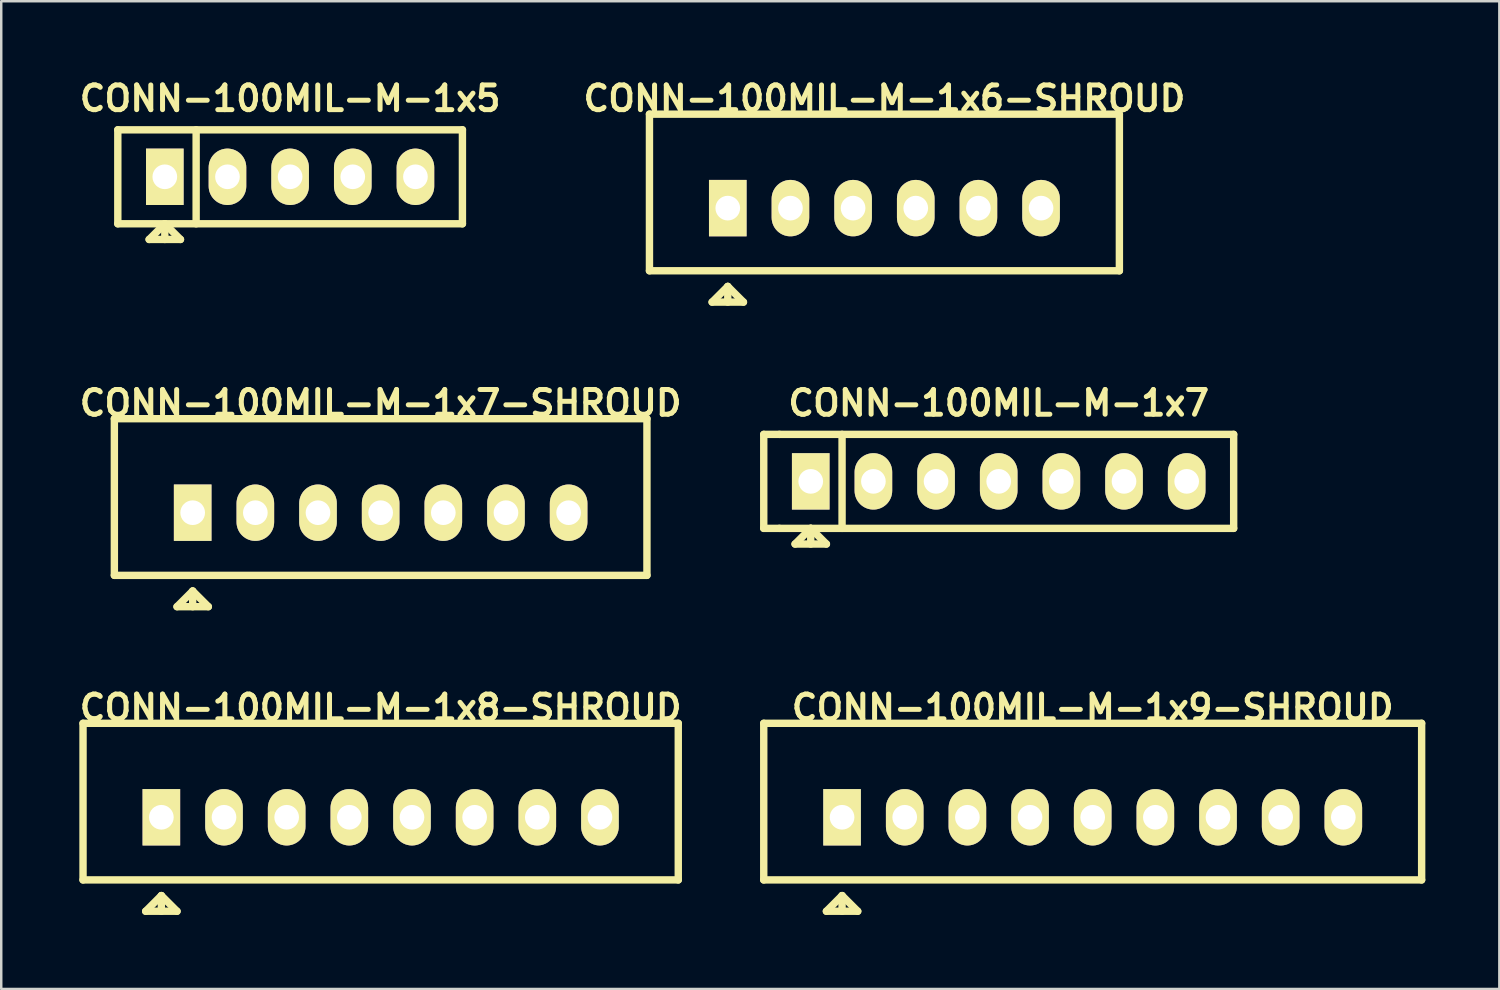
<source format=kicad_pcb>
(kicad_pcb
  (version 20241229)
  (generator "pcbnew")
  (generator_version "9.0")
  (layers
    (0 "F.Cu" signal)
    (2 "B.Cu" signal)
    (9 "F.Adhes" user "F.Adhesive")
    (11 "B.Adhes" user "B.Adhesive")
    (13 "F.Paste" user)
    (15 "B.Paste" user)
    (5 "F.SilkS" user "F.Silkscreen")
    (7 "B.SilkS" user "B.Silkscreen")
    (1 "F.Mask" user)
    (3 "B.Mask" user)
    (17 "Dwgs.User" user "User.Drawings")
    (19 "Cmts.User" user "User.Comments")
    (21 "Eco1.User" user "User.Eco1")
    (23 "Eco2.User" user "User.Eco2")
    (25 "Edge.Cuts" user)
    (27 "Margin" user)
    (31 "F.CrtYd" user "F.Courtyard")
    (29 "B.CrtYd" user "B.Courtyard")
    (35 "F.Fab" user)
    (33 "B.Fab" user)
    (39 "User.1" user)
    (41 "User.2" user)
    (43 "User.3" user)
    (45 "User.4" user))
  (footprint "CONN-100MIL-M-1x9-SHROUD"
    (layer "F.Cu")
    (at 41.246 30.081)
    (property "Reference" "CONN-100MIL-M-1x9-SHROUD" (at 0 -4.445 0) (layer "F.SilkS") (effects (font (size 1.001 1.001) (thickness 0.203))))
    (attr through_hole)
    (fp_line (start -13.335 2.54) (end -13.335 -3.81) (stroke (width 0.3) (type solid)) (layer "F.SilkS"))
    (fp_line (start -13.335 2.54) (end 13.335 2.54) (stroke (width 0.3) (type solid)) (layer "F.SilkS"))
    (fp_line (start -10.795 3.81) (end -9.525 3.81) (stroke (width 0.3) (type solid)) (layer "F.SilkS"))
    (fp_line (start -10.16 3.175) (end -10.795 3.81) (stroke (width 0.3) (type solid)) (layer "F.SilkS"))
    (fp_line (start -10.16 3.175) (end -10.16 3.81) (stroke (width 0.3) (type solid)) (layer "F.SilkS"))
    (fp_line (start -9.525 3.81) (end -10.16 3.175) (stroke (width 0.3) (type solid)) (layer "F.SilkS"))
    (fp_line (start 13.335 -3.81) (end -13.335 -3.81) (stroke (width 0.3) (type solid)) (layer "F.SilkS"))
    (fp_line (start 13.335 -3.81) (end 13.335 2.54) (stroke (width 0.3) (type solid)) (layer "F.SilkS"))
    (pad "1" thru_hole rect (at -10.16 0) (size 1.524 2.286) (drill 1) (layers "*.Cu" "*.Mask" "F.SilkS"))
    (pad "2" thru_hole oval (at -7.62 0) (size 1.524 2.286) (drill 1) (layers "*.Cu" "*.Mask" "F.SilkS"))
    (pad "3" thru_hole oval (at -5.08 0) (size 1.524 2.286) (drill 1) (layers "*.Cu" "*.Mask" "F.SilkS"))
    (pad "4" thru_hole oval (at -2.54 0) (size 1.524 2.286) (drill 1) (layers "*.Cu" "*.Mask" "F.SilkS"))
    (pad "5" thru_hole oval (at 0 0) (size 1.524 2.286) (drill 1) (layers "*.Cu" "*.Mask" "F.SilkS"))
    (pad "6" thru_hole oval (at 2.54 0) (size 1.524 2.286) (drill 1) (layers "*.Cu" "*.Mask" "F.SilkS"))
    (pad "7" thru_hole oval (at 5.08 0) (size 1.524 2.286) (drill 1) (layers "*.Cu" "*.Mask" "F.SilkS"))
    (pad "8" thru_hole oval (at 7.62 0) (size 1.524 2.286) (drill 1) (layers "*.Cu" "*.Mask" "F.SilkS"))
    (pad "9" thru_hole oval (at 10.16 0) (size 1.524 2.286) (drill 1) (layers "*.Cu" "*.Mask" "F.SilkS")))
  (footprint "CONN-100MIL-M-1x8-SHROUD"
    (layer "F.Cu")
    (at 12.381 30.081)
    (property "Reference" "CONN-100MIL-M-1x8-SHROUD" (at 0 -4.445 0) (layer "F.SilkS") (effects (font (size 1.001 1.001) (thickness 0.203))))
    (attr through_hole)
    (fp_line (start -12.065 2.54) (end -12.065 -3.81) (stroke (width 0.3) (type solid)) (layer "F.SilkS"))
    (fp_line (start -12.065 2.54) (end 12.065 2.54) (stroke (width 0.3) (type solid)) (layer "F.SilkS"))
    (fp_line (start -9.525 3.81) (end -8.255 3.81) (stroke (width 0.3) (type solid)) (layer "F.SilkS"))
    (fp_line (start -8.89 3.175) (end -9.525 3.81) (stroke (width 0.3) (type solid)) (layer "F.SilkS"))
    (fp_line (start -8.89 3.175) (end -8.89 3.81) (stroke (width 0.3) (type solid)) (layer "F.SilkS"))
    (fp_line (start -8.255 3.81) (end -8.89 3.175) (stroke (width 0.3) (type solid)) (layer "F.SilkS"))
    (fp_line (start 12.065 -3.81) (end -12.065 -3.81) (stroke (width 0.3) (type solid)) (layer "F.SilkS"))
    (fp_line (start 12.065 -3.81) (end 12.065 2.54) (stroke (width 0.3) (type solid)) (layer "F.SilkS"))
    (pad "1" thru_hole rect (at -8.89 0) (size 1.524 2.286) (drill 1) (layers "*.Cu" "*.Mask" "F.SilkS"))
    (pad "2" thru_hole oval (at -6.35 0) (size 1.524 2.286) (drill 1) (layers "*.Cu" "*.Mask" "F.SilkS"))
    (pad "3" thru_hole oval (at -3.81 0) (size 1.524 2.286) (drill 1) (layers "*.Cu" "*.Mask" "F.SilkS"))
    (pad "4" thru_hole oval (at -1.27 0) (size 1.524 2.286) (drill 1) (layers "*.Cu" "*.Mask" "F.SilkS"))
    (pad "5" thru_hole oval (at 1.27 0) (size 1.524 2.286) (drill 1) (layers "*.Cu" "*.Mask" "F.SilkS"))
    (pad "6" thru_hole oval (at 3.81 0) (size 1.524 2.286) (drill 1) (layers "*.Cu" "*.Mask" "F.SilkS"))
    (pad "7" thru_hole oval (at 6.35 0) (size 1.524 2.286) (drill 1) (layers "*.Cu" "*.Mask" "F.SilkS"))
    (pad "8" thru_hole oval (at 8.89 0) (size 1.524 2.286) (drill 1) (layers "*.Cu" "*.Mask" "F.SilkS")))
  (footprint "CONN-100MIL-M-1x5"
    (layer "F.Cu")
    (at 8.711 4.117)
    (property "Reference" "CONN-100MIL-M-1x5" (at 0 -3.175 0) (layer "F.SilkS") (effects (font (size 1.001 1.001) (thickness 0.203))))
    (attr through_hole)
    (fp_line (start -6.985 -1.905) (end 6.985 -1.905) (stroke (width 0.3) (type solid)) (layer "F.SilkS"))
    (fp_line (start -6.985 1.905) (end -6.985 -1.905) (stroke (width 0.3) (type solid)) (layer "F.SilkS"))
    (fp_line (start -5.715 2.54) (end -4.445 2.54) (stroke (width 0.3) (type solid)) (layer "F.SilkS"))
    (fp_line (start -5.08 1.905) (end -5.715 2.54) (stroke (width 0.3) (type solid)) (layer "F.SilkS"))
    (fp_line (start -5.08 1.905) (end -5.08 2.54) (stroke (width 0.3) (type solid)) (layer "F.SilkS"))
    (fp_line (start -4.445 2.54) (end -5.08 1.905) (stroke (width 0.3) (type solid)) (layer "F.SilkS"))
    (fp_line (start -3.81 -1.905) (end -3.81 1.905) (stroke (width 0.3) (type solid)) (layer "F.SilkS"))
    (fp_line (start 6.985 -1.905) (end 6.985 1.905) (stroke (width 0.3) (type solid)) (layer "F.SilkS"))
    (fp_line (start 6.985 1.905) (end -6.985 1.905) (stroke (width 0.3) (type solid)) (layer "F.SilkS"))
    (pad "1" thru_hole rect (at -5.08 0) (size 1.524 2.286) (drill 1) (layers "*.Cu" "*.Mask" "F.SilkS"))
    (pad "2" thru_hole oval (at -2.54 0) (size 1.524 2.286) (drill 1) (layers "*.Cu" "*.Mask" "F.SilkS"))
    (pad "3" thru_hole oval (at 0 0) (size 1.524 2.286) (drill 1) (layers "*.Cu" "*.Mask" "F.SilkS"))
    (pad "4" thru_hole oval (at 2.54 0) (size 1.524 2.286) (drill 1) (layers "*.Cu" "*.Mask" "F.SilkS"))
    (pad "5" thru_hole oval (at 5.08 0) (size 1.524 2.286) (drill 1) (layers "*.Cu" "*.Mask" "F.SilkS")))
  (footprint "CONN-100MIL-M-1x7"
    (layer "F.Cu")
    (at 37.436 16.464)
    (property "Reference" "CONN-100MIL-M-1x7" (at 0 -3.175 0) (layer "F.SilkS") (effects (font (size 1.001 1.001) (thickness 0.203))))
    (attr through_hole)
    (fp_line (start -9.525 -1.905) (end -8.89 -1.905) (stroke (width 0.3) (type solid)) (layer "F.SilkS"))
    (fp_line (start -9.525 1.905) (end -9.525 -1.905) (stroke (width 0.3) (type solid)) (layer "F.SilkS"))
    (fp_line (start -8.89 -1.905) (end 9.525 -1.905) (stroke (width 0.3) (type solid)) (layer "F.SilkS"))
    (fp_line (start -8.89 1.905) (end -9.525 1.905) (stroke (width 0.3) (type solid)) (layer "F.SilkS"))
    (fp_line (start -8.255 2.54) (end -6.985 2.54) (stroke (width 0.3) (type solid)) (layer "F.SilkS"))
    (fp_line (start -7.62 1.905) (end -8.255 2.54) (stroke (width 0.3) (type solid)) (layer "F.SilkS"))
    (fp_line (start -7.62 1.905) (end -7.62 2.54) (stroke (width 0.3) (type solid)) (layer "F.SilkS"))
    (fp_line (start -6.985 2.54) (end -7.62 1.905) (stroke (width 0.3) (type solid)) (layer "F.SilkS"))
    (fp_line (start -6.35 -1.905) (end -6.35 1.905) (stroke (width 0.3) (type solid)) (layer "F.SilkS"))
    (fp_line (start 9.525 -1.905) (end 9.525 1.905) (stroke (width 0.3) (type solid)) (layer "F.SilkS"))
    (fp_line (start 9.525 1.905) (end -8.89 1.905) (stroke (width 0.3) (type solid)) (layer "F.SilkS"))
    (pad "1" thru_hole rect (at -7.62 0) (size 1.524 2.286) (drill 1) (layers "*.Cu" "*.Mask" "F.SilkS"))
    (pad "2" thru_hole oval (at -5.08 0) (size 1.524 2.286) (drill 1) (layers "*.Cu" "*.Mask" "F.SilkS"))
    (pad "3" thru_hole oval (at -2.54 0) (size 1.524 2.286) (drill 1) (layers "*.Cu" "*.Mask" "F.SilkS"))
    (pad "4" thru_hole oval (at 0 0) (size 1.524 2.286) (drill 1) (layers "*.Cu" "*.Mask" "F.SilkS"))
    (pad "5" thru_hole oval (at 2.54 0) (size 1.524 2.286) (drill 1) (layers "*.Cu" "*.Mask" "F.SilkS"))
    (pad "6" thru_hole oval (at 5.08 0) (size 1.524 2.286) (drill 1) (layers "*.Cu" "*.Mask" "F.SilkS"))
    (pad "7" thru_hole oval (at 7.62 0) (size 1.524 2.286) (drill 1) (layers "*.Cu" "*.Mask" "F.SilkS")))
  (footprint "CONN-100MIL-M-1x6-SHROUD"
    (layer "F.Cu")
    (at 32.803 5.387)
    (property "Reference" "CONN-100MIL-M-1x6-SHROUD" (at 0 -4.445 0) (layer "F.SilkS") (effects (font (size 1.001 1.001) (thickness 0.203))))
    (attr through_hole)
    (fp_line (start -9.525 2.54) (end -9.525 -3.81) (stroke (width 0.3) (type solid)) (layer "F.SilkS"))
    (fp_line (start -6.985 3.81) (end -5.715 3.81) (stroke (width 0.3) (type solid)) (layer "F.SilkS"))
    (fp_line (start -6.35 3.175) (end -6.985 3.81) (stroke (width 0.3) (type solid)) (layer "F.SilkS"))
    (fp_line (start -6.35 3.175) (end -6.35 3.81) (stroke (width 0.3) (type solid)) (layer "F.SilkS"))
    (fp_line (start -5.715 3.81) (end -6.35 3.175) (stroke (width 0.3) (type solid)) (layer "F.SilkS"))
    (fp_line (start 9.525 -3.81) (end -9.525 -3.81) (stroke (width 0.3) (type solid)) (layer "F.SilkS"))
    (fp_line (start 9.525 -3.81) (end 9.525 2.54) (stroke (width 0.3) (type solid)) (layer "F.SilkS"))
    (fp_line (start 9.525 2.54) (end -9.525 2.54) (stroke (width 0.3) (type solid)) (layer "F.SilkS"))
    (pad "1" thru_hole rect (at -6.35 0) (size 1.524 2.286) (drill 1) (layers "*.Cu" "*.Mask" "F.SilkS"))
    (pad "2" thru_hole oval (at -3.81 0) (size 1.524 2.286) (drill 1) (layers "*.Cu" "*.Mask" "F.SilkS"))
    (pad "3" thru_hole oval (at -1.27 0) (size 1.524 2.286) (drill 1) (layers "*.Cu" "*.Mask" "F.SilkS"))
    (pad "4" thru_hole oval (at 1.27 0) (size 1.524 2.286) (drill 1) (layers "*.Cu" "*.Mask" "F.SilkS"))
    (pad "5" thru_hole oval (at 3.81 0) (size 1.524 2.286) (drill 1) (layers "*.Cu" "*.Mask" "F.SilkS"))
    (pad "6" thru_hole oval (at 6.35 0) (size 1.524 2.286) (drill 1) (layers "*.Cu" "*.Mask" "F.SilkS")))
  (footprint "CONN-100MIL-M-1x7-SHROUD"
    (layer "F.Cu")
    (at 12.381 17.734)
    (property "Reference" "CONN-100MIL-M-1x7-SHROUD" (at 0 -4.445 0) (layer "F.SilkS") (effects (font (size 1.001 1.001) (thickness 0.203))))
    (attr through_hole)
    (fp_line (start -10.795 2.54) (end -10.795 -3.81) (stroke (width 0.3) (type solid)) (layer "F.SilkS"))
    (fp_line (start -10.795 2.54) (end 10.795 2.54) (stroke (width 0.3) (type solid)) (layer "F.SilkS"))
    (fp_line (start -8.255 3.81) (end -6.985 3.81) (stroke (width 0.3) (type solid)) (layer "F.SilkS"))
    (fp_line (start -7.62 3.175) (end -8.255 3.81) (stroke (width 0.3) (type solid)) (layer "F.SilkS"))
    (fp_line (start -7.62 3.175) (end -7.62 3.81) (stroke (width 0.3) (type solid)) (layer "F.SilkS"))
    (fp_line (start -6.985 3.81) (end -7.62 3.175) (stroke (width 0.3) (type solid)) (layer "F.SilkS"))
    (fp_line (start 10.795 -3.81) (end -10.795 -3.81) (stroke (width 0.3) (type solid)) (layer "F.SilkS"))
    (fp_line (start 10.795 -3.81) (end 10.795 2.54) (stroke (width 0.3) (type solid)) (layer "F.SilkS"))
    (pad "1" thru_hole rect (at -7.62 0) (size 1.524 2.286) (drill 1) (layers "*.Cu" "*.Mask" "F.SilkS"))
    (pad "2" thru_hole oval (at -5.08 0) (size 1.524 2.286) (drill 1) (layers "*.Cu" "*.Mask" "F.SilkS"))
    (pad "3" thru_hole oval (at -2.54 0) (size 1.524 2.286) (drill 1) (layers "*.Cu" "*.Mask" "F.SilkS"))
    (pad "4" thru_hole oval (at 0 0) (size 1.524 2.286) (drill 1) (layers "*.Cu" "*.Mask" "F.SilkS"))
    (pad "5" thru_hole oval (at 2.54 0) (size 1.524 2.286) (drill 1) (layers "*.Cu" "*.Mask" "F.SilkS"))
    (pad "6" thru_hole oval (at 5.08 0) (size 1.524 2.286) (drill 1) (layers "*.Cu" "*.Mask" "F.SilkS"))
    (pad "7" thru_hole oval (at 7.62 0) (size 1.524 2.286) (drill 1) (layers "*.Cu" "*.Mask" "F.SilkS")))
  (gr_rect
    (start -3 -3)
    (end 57.731 37.041)
    (stroke (width 0.1) (type default))
    (fill no)
    (layer "Edge.Cuts")))
</source>
